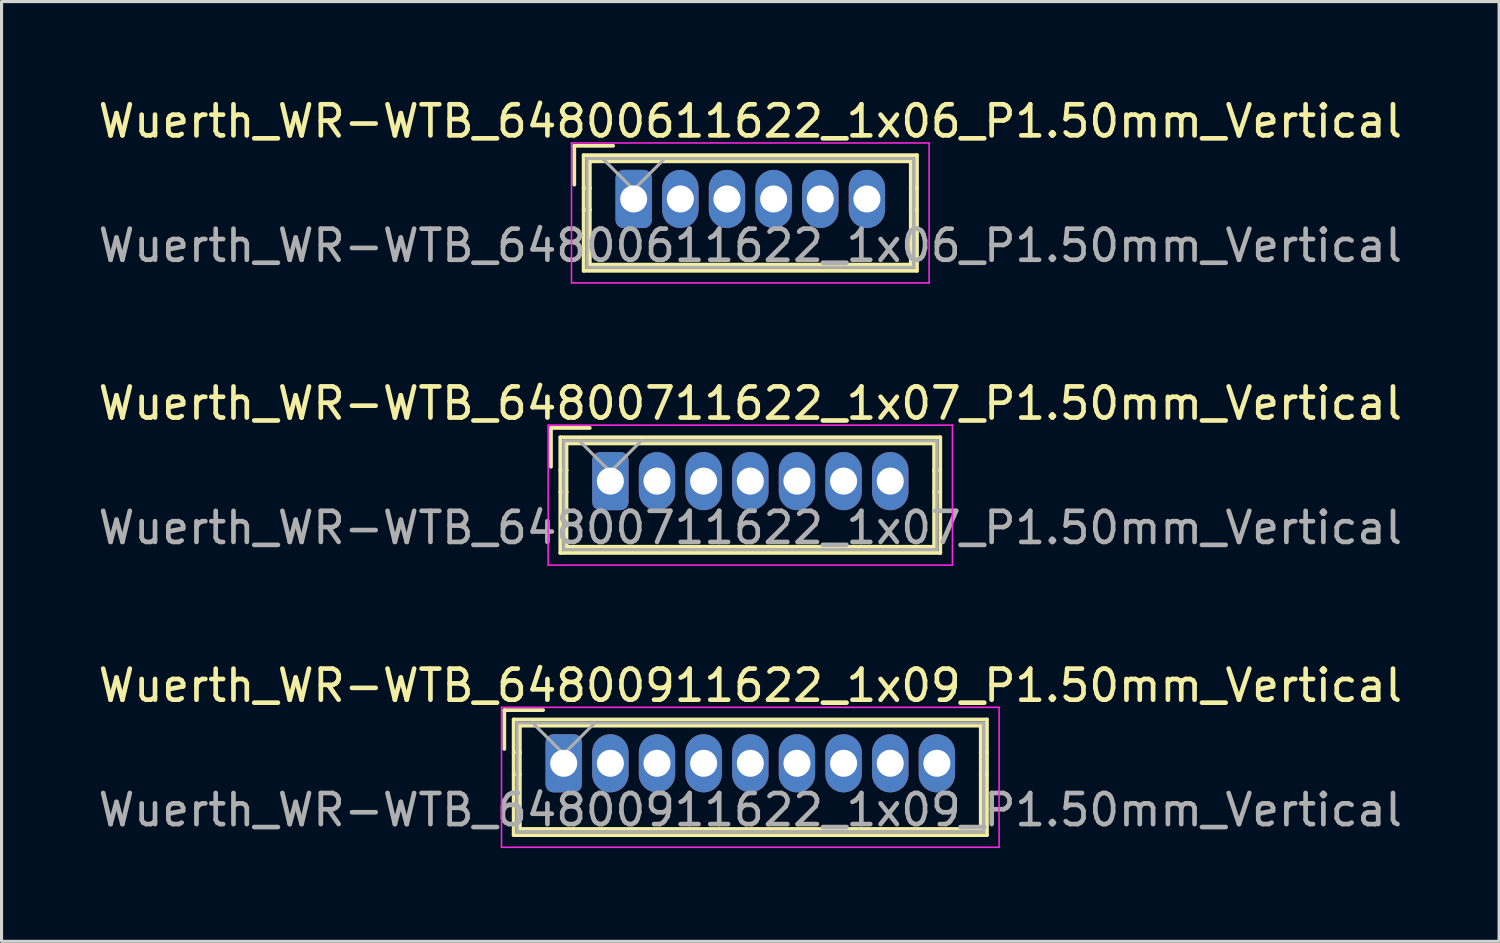
<source format=kicad_pcb>
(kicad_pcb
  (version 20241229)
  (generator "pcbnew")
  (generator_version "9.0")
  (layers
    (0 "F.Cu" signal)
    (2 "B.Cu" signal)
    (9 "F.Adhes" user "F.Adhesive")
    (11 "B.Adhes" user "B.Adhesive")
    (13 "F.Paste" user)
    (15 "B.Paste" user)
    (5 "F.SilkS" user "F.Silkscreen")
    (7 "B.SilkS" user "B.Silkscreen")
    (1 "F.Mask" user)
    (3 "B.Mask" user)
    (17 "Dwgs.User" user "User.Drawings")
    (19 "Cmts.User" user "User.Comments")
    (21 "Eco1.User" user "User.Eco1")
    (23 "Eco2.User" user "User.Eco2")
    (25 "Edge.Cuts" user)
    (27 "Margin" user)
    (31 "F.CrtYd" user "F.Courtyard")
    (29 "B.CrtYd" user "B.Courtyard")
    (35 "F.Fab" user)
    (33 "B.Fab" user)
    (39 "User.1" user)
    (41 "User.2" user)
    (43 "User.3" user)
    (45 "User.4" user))
  (footprint "Wuerth_WR-WTB_64800611622_1x06_P1.50mm_Vertical"
    (layer "F.Cu")
    (at 17.327 3.348)
    (property "Reference" "Wuerth_WR-WTB_64800611622_1x06_P1.50mm_Vertical" (at 3.75 -2.5 0) (layer "F.SilkS") (effects (font (size 1 1) (thickness 0.15))))
    (attr through_hole)
    (fp_line (start -1.91 -1.71) (end -1.91 -0.46) (stroke (width 0.12) (type solid)) (layer "F.SilkS"))
    (fp_line (start -1.61 -1.41) (end -1.61 2.31) (stroke (width 0.12) (type solid)) (layer "F.SilkS"))
    (fp_line (start -1.61 -0.35) (end -1.41 -0.35) (stroke (width 0.12) (type solid)) (layer "F.SilkS"))
    (fp_line (start -1.61 2.31) (end 9.11 2.31) (stroke (width 0.12) (type solid)) (layer "F.SilkS"))
    (fp_line (start -1.41 -1.21) (end 8.91 -1.21) (stroke (width 0.12) (type solid)) (layer "F.SilkS"))
    (fp_line (start -1.41 -0.35) (end -1.41 -1.21) (stroke (width 0.12) (type solid)) (layer "F.SilkS"))
    (fp_line (start -1.41 -0.35) (end -1.41 0.35) (stroke (width 0.12) (type solid)) (layer "F.SilkS"))
    (fp_line (start -1.41 0.35) (end -1.61 0.35) (stroke (width 0.12) (type solid)) (layer "F.SilkS"))
    (fp_line (start -1.41 0.35) (end -1.41 2.11) (stroke (width 0.12) (type solid)) (layer "F.SilkS"))
    (fp_line (start -1.41 2.11) (end 8.91 2.11) (stroke (width 0.12) (type solid)) (layer "F.SilkS"))
    (fp_line (start -0.66 -1.71) (end -1.91 -1.71) (stroke (width 0.12) (type solid)) (layer "F.SilkS"))
    (fp_line (start 8.91 -1.21) (end 8.91 -0.35) (stroke (width 0.12) (type solid)) (layer "F.SilkS"))
    (fp_line (start 8.91 -0.35) (end 8.91 0.35) (stroke (width 0.12) (type solid)) (layer "F.SilkS"))
    (fp_line (start 8.91 -0.35) (end 9.11 -0.35) (stroke (width 0.12) (type solid)) (layer "F.SilkS"))
    (fp_line (start 8.91 0.35) (end 9.11 0.35) (stroke (width 0.12) (type solid)) (layer "F.SilkS"))
    (fp_line (start 8.91 2.11) (end 8.91 0.35) (stroke (width 0.12) (type solid)) (layer "F.SilkS"))
    (fp_line (start 9.11 -1.41) (end -1.61 -1.41) (stroke (width 0.12) (type solid)) (layer "F.SilkS"))
    (fp_line (start 9.11 2.31) (end 9.11 -1.41) (stroke (width 0.12) (type solid)) (layer "F.SilkS"))
    (fp_line (start -2 -1.8) (end -2 2.7) (stroke (width 0.05) (type solid)) (layer "F.CrtYd"))
    (fp_line (start -2 2.7) (end 9.5 2.7) (stroke (width 0.05) (type solid)) (layer "F.CrtYd"))
    (fp_line (start 9.5 -1.8) (end -2 -1.8) (stroke (width 0.05) (type solid)) (layer "F.CrtYd"))
    (fp_line (start 9.5 2.7) (end 9.5 -1.8) (stroke (width 0.05) (type solid)) (layer "F.CrtYd"))
    (fp_line (start -1.5 -1.3) (end -1.5 2.2) (stroke (width 0.1) (type solid)) (layer "F.Fab"))
    (fp_line (start -1.5 2.2) (end 9 2.2) (stroke (width 0.1) (type solid)) (layer "F.Fab"))
    (fp_line (start -1 -1.3) (end 0 -0.3) (stroke (width 0.1) (type solid)) (layer "F.Fab"))
    (fp_line (start 0 -0.3) (end 1 -1.3) (stroke (width 0.1) (type solid)) (layer "F.Fab"))
    (fp_line (start 9 -1.3) (end -1.5 -1.3) (stroke (width 0.1) (type solid)) (layer "F.Fab"))
    (fp_line (start 9 2.2) (end 9 -1.3) (stroke (width 0.1) (type solid)) (layer "F.Fab"))
    (fp_text user "${REFERENCE}" (at 3.75 1.5 0) (layer "F.Fab") (effects (font (size 1 1) (thickness 0.15))))
    (pad "1" thru_hole roundrect (at 0 0) (size 1.17 1.87) (drill 0.87) (layers "*.Cu" "*.Mask") (roundrect_rratio 0.214))
    (pad "2" thru_hole oval (at 1.5 0) (size 1.17 1.87) (drill 0.87) (layers "*.Cu" "*.Mask"))
    (pad "3" thru_hole oval (at 3 0) (size 1.17 1.87) (drill 0.87) (layers "*.Cu" "*.Mask"))
    (pad "4" thru_hole oval (at 4.5 0) (size 1.17 1.87) (drill 0.87) (layers "*.Cu" "*.Mask"))
    (pad "5" thru_hole oval (at 6 0) (size 1.17 1.87) (drill 0.87) (layers "*.Cu" "*.Mask"))
    (pad "6" thru_hole oval (at 7.5 0) (size 1.17 1.87) (drill 0.87) (layers "*.Cu" "*.Mask")))
  (footprint "Wuerth_WR-WTB_64800711622_1x07_P1.50mm_Vertical"
    (layer "F.Cu")
    (at 16.577 12.421)
    (property "Reference" "Wuerth_WR-WTB_64800711622_1x07_P1.50mm_Vertical" (at 4.5 -2.5 0) (layer "F.SilkS") (effects (font (size 1 1) (thickness 0.15))))
    (attr through_hole)
    (fp_line (start -1.91 -1.71) (end -1.91 -0.46) (stroke (width 0.12) (type solid)) (layer "F.SilkS"))
    (fp_line (start -1.61 -1.41) (end -1.61 2.31) (stroke (width 0.12) (type solid)) (layer "F.SilkS"))
    (fp_line (start -1.61 -0.35) (end -1.41 -0.35) (stroke (width 0.12) (type solid)) (layer "F.SilkS"))
    (fp_line (start -1.61 2.31) (end 10.61 2.31) (stroke (width 0.12) (type solid)) (layer "F.SilkS"))
    (fp_line (start -1.41 -1.21) (end 10.41 -1.21) (stroke (width 0.12) (type solid)) (layer "F.SilkS"))
    (fp_line (start -1.41 -0.35) (end -1.41 -1.21) (stroke (width 0.12) (type solid)) (layer "F.SilkS"))
    (fp_line (start -1.41 -0.35) (end -1.41 0.35) (stroke (width 0.12) (type solid)) (layer "F.SilkS"))
    (fp_line (start -1.41 0.35) (end -1.61 0.35) (stroke (width 0.12) (type solid)) (layer "F.SilkS"))
    (fp_line (start -1.41 0.35) (end -1.41 2.11) (stroke (width 0.12) (type solid)) (layer "F.SilkS"))
    (fp_line (start -1.41 2.11) (end 10.41 2.11) (stroke (width 0.12) (type solid)) (layer "F.SilkS"))
    (fp_line (start -0.66 -1.71) (end -1.91 -1.71) (stroke (width 0.12) (type solid)) (layer "F.SilkS"))
    (fp_line (start 10.41 -1.21) (end 10.41 -0.35) (stroke (width 0.12) (type solid)) (layer "F.SilkS"))
    (fp_line (start 10.41 -0.35) (end 10.41 0.35) (stroke (width 0.12) (type solid)) (layer "F.SilkS"))
    (fp_line (start 10.41 -0.35) (end 10.61 -0.35) (stroke (width 0.12) (type solid)) (layer "F.SilkS"))
    (fp_line (start 10.41 0.35) (end 10.61 0.35) (stroke (width 0.12) (type solid)) (layer "F.SilkS"))
    (fp_line (start 10.41 2.11) (end 10.41 0.35) (stroke (width 0.12) (type solid)) (layer "F.SilkS"))
    (fp_line (start 10.61 -1.41) (end -1.61 -1.41) (stroke (width 0.12) (type solid)) (layer "F.SilkS"))
    (fp_line (start 10.61 2.31) (end 10.61 -1.41) (stroke (width 0.12) (type solid)) (layer "F.SilkS"))
    (fp_line (start -2 -1.8) (end -2 2.7) (stroke (width 0.05) (type solid)) (layer "F.CrtYd"))
    (fp_line (start -2 2.7) (end 11 2.7) (stroke (width 0.05) (type solid)) (layer "F.CrtYd"))
    (fp_line (start 11 -1.8) (end -2 -1.8) (stroke (width 0.05) (type solid)) (layer "F.CrtYd"))
    (fp_line (start 11 2.7) (end 11 -1.8) (stroke (width 0.05) (type solid)) (layer "F.CrtYd"))
    (fp_line (start -1.5 -1.3) (end -1.5 2.2) (stroke (width 0.1) (type solid)) (layer "F.Fab"))
    (fp_line (start -1.5 2.2) (end 10.5 2.2) (stroke (width 0.1) (type solid)) (layer "F.Fab"))
    (fp_line (start -1 -1.3) (end 0 -0.3) (stroke (width 0.1) (type solid)) (layer "F.Fab"))
    (fp_line (start 0 -0.3) (end 1 -1.3) (stroke (width 0.1) (type solid)) (layer "F.Fab"))
    (fp_line (start 10.5 -1.3) (end -1.5 -1.3) (stroke (width 0.1) (type solid)) (layer "F.Fab"))
    (fp_line (start 10.5 2.2) (end 10.5 -1.3) (stroke (width 0.1) (type solid)) (layer "F.Fab"))
    (fp_text user "${REFERENCE}" (at 4.5 1.5 0) (layer "F.Fab") (effects (font (size 1 1) (thickness 0.15))))
    (pad "1" thru_hole roundrect (at 0 0) (size 1.17 1.87) (drill 0.87) (layers "*.Cu" "*.Mask") (roundrect_rratio 0.214))
    (pad "2" thru_hole oval (at 1.5 0) (size 1.17 1.87) (drill 0.87) (layers "*.Cu" "*.Mask"))
    (pad "3" thru_hole oval (at 3 0) (size 1.17 1.87) (drill 0.87) (layers "*.Cu" "*.Mask"))
    (pad "4" thru_hole oval (at 4.5 0) (size 1.17 1.87) (drill 0.87) (layers "*.Cu" "*.Mask"))
    (pad "5" thru_hole oval (at 6 0) (size 1.17 1.87) (drill 0.87) (layers "*.Cu" "*.Mask"))
    (pad "6" thru_hole oval (at 7.5 0) (size 1.17 1.87) (drill 0.87) (layers "*.Cu" "*.Mask"))
    (pad "7" thru_hole oval (at 9 0) (size 1.17 1.87) (drill 0.87) (layers "*.Cu" "*.Mask")))
  (footprint "Wuerth_WR-WTB_64800911622_1x09_P1.50mm_Vertical"
    (layer "F.Cu")
    (at 15.077 21.495)
    (property "Reference" "Wuerth_WR-WTB_64800911622_1x09_P1.50mm_Vertical" (at 6 -2.5 0) (layer "F.SilkS") (effects (font (size 1 1) (thickness 0.15))))
    (attr through_hole)
    (fp_line (start -1.91 -1.71) (end -1.91 -0.46) (stroke (width 0.12) (type solid)) (layer "F.SilkS"))
    (fp_line (start -1.61 -1.41) (end -1.61 2.31) (stroke (width 0.12) (type solid)) (layer "F.SilkS"))
    (fp_line (start -1.61 -0.35) (end -1.41 -0.35) (stroke (width 0.12) (type solid)) (layer "F.SilkS"))
    (fp_line (start -1.61 2.31) (end 13.61 2.31) (stroke (width 0.12) (type solid)) (layer "F.SilkS"))
    (fp_line (start -1.41 -1.21) (end 13.41 -1.21) (stroke (width 0.12) (type solid)) (layer "F.SilkS"))
    (fp_line (start -1.41 -0.35) (end -1.41 -1.21) (stroke (width 0.12) (type solid)) (layer "F.SilkS"))
    (fp_line (start -1.41 -0.35) (end -1.41 0.35) (stroke (width 0.12) (type solid)) (layer "F.SilkS"))
    (fp_line (start -1.41 0.35) (end -1.61 0.35) (stroke (width 0.12) (type solid)) (layer "F.SilkS"))
    (fp_line (start -1.41 0.35) (end -1.41 2.11) (stroke (width 0.12) (type solid)) (layer "F.SilkS"))
    (fp_line (start -1.41 2.11) (end 13.41 2.11) (stroke (width 0.12) (type solid)) (layer "F.SilkS"))
    (fp_line (start -0.66 -1.71) (end -1.91 -1.71) (stroke (width 0.12) (type solid)) (layer "F.SilkS"))
    (fp_line (start 13.41 -1.21) (end 13.41 -0.35) (stroke (width 0.12) (type solid)) (layer "F.SilkS"))
    (fp_line (start 13.41 -0.35) (end 13.41 0.35) (stroke (width 0.12) (type solid)) (layer "F.SilkS"))
    (fp_line (start 13.41 -0.35) (end 13.61 -0.35) (stroke (width 0.12) (type solid)) (layer "F.SilkS"))
    (fp_line (start 13.41 0.35) (end 13.61 0.35) (stroke (width 0.12) (type solid)) (layer "F.SilkS"))
    (fp_line (start 13.41 2.11) (end 13.41 0.35) (stroke (width 0.12) (type solid)) (layer "F.SilkS"))
    (fp_line (start 13.61 -1.41) (end -1.61 -1.41) (stroke (width 0.12) (type solid)) (layer "F.SilkS"))
    (fp_line (start 13.61 2.31) (end 13.61 -1.41) (stroke (width 0.12) (type solid)) (layer "F.SilkS"))
    (fp_line (start -2 -1.8) (end -2 2.7) (stroke (width 0.05) (type solid)) (layer "F.CrtYd"))
    (fp_line (start -2 2.7) (end 14 2.7) (stroke (width 0.05) (type solid)) (layer "F.CrtYd"))
    (fp_line (start 14 -1.8) (end -2 -1.8) (stroke (width 0.05) (type solid)) (layer "F.CrtYd"))
    (fp_line (start 14 2.7) (end 14 -1.8) (stroke (width 0.05) (type solid)) (layer "F.CrtYd"))
    (fp_line (start -1.5 -1.3) (end -1.5 2.2) (stroke (width 0.1) (type solid)) (layer "F.Fab"))
    (fp_line (start -1.5 2.2) (end 13.5 2.2) (stroke (width 0.1) (type solid)) (layer "F.Fab"))
    (fp_line (start -1 -1.3) (end 0 -0.3) (stroke (width 0.1) (type solid)) (layer "F.Fab"))
    (fp_line (start 0 -0.3) (end 1 -1.3) (stroke (width 0.1) (type solid)) (layer "F.Fab"))
    (fp_line (start 13.5 -1.3) (end -1.5 -1.3) (stroke (width 0.1) (type solid)) (layer "F.Fab"))
    (fp_line (start 13.5 2.2) (end 13.5 -1.3) (stroke (width 0.1) (type solid)) (layer "F.Fab"))
    (fp_text user "${REFERENCE}" (at 6 1.5 0) (layer "F.Fab") (effects (font (size 1 1) (thickness 0.15))))
    (pad "1" thru_hole roundrect (at 0 0) (size 1.17 1.87) (drill 0.87) (layers "*.Cu" "*.Mask") (roundrect_rratio 0.214))
    (pad "2" thru_hole oval (at 1.5 0) (size 1.17 1.87) (drill 0.87) (layers "*.Cu" "*.Mask"))
    (pad "3" thru_hole oval (at 3 0) (size 1.17 1.87) (drill 0.87) (layers "*.Cu" "*.Mask"))
    (pad "4" thru_hole oval (at 4.5 0) (size 1.17 1.87) (drill 0.87) (layers "*.Cu" "*.Mask"))
    (pad "5" thru_hole oval (at 6 0) (size 1.17 1.87) (drill 0.87) (layers "*.Cu" "*.Mask"))
    (pad "6" thru_hole oval (at 7.5 0) (size 1.17 1.87) (drill 0.87) (layers "*.Cu" "*.Mask"))
    (pad "7" thru_hole oval (at 9 0) (size 1.17 1.87) (drill 0.87) (layers "*.Cu" "*.Mask"))
    (pad "8" thru_hole oval (at 10.5 0) (size 1.17 1.87) (drill 0.87) (layers "*.Cu" "*.Mask"))
    (pad "9" thru_hole oval (at 12 0) (size 1.17 1.87) (drill 0.87) (layers "*.Cu" "*.Mask")))
  (gr_rect
    (start -3 -3)
    (end 45.155 27.22)
    (stroke (width 0.1) (type default))
    (fill no)
    (layer "Edge.Cuts")))
</source>
